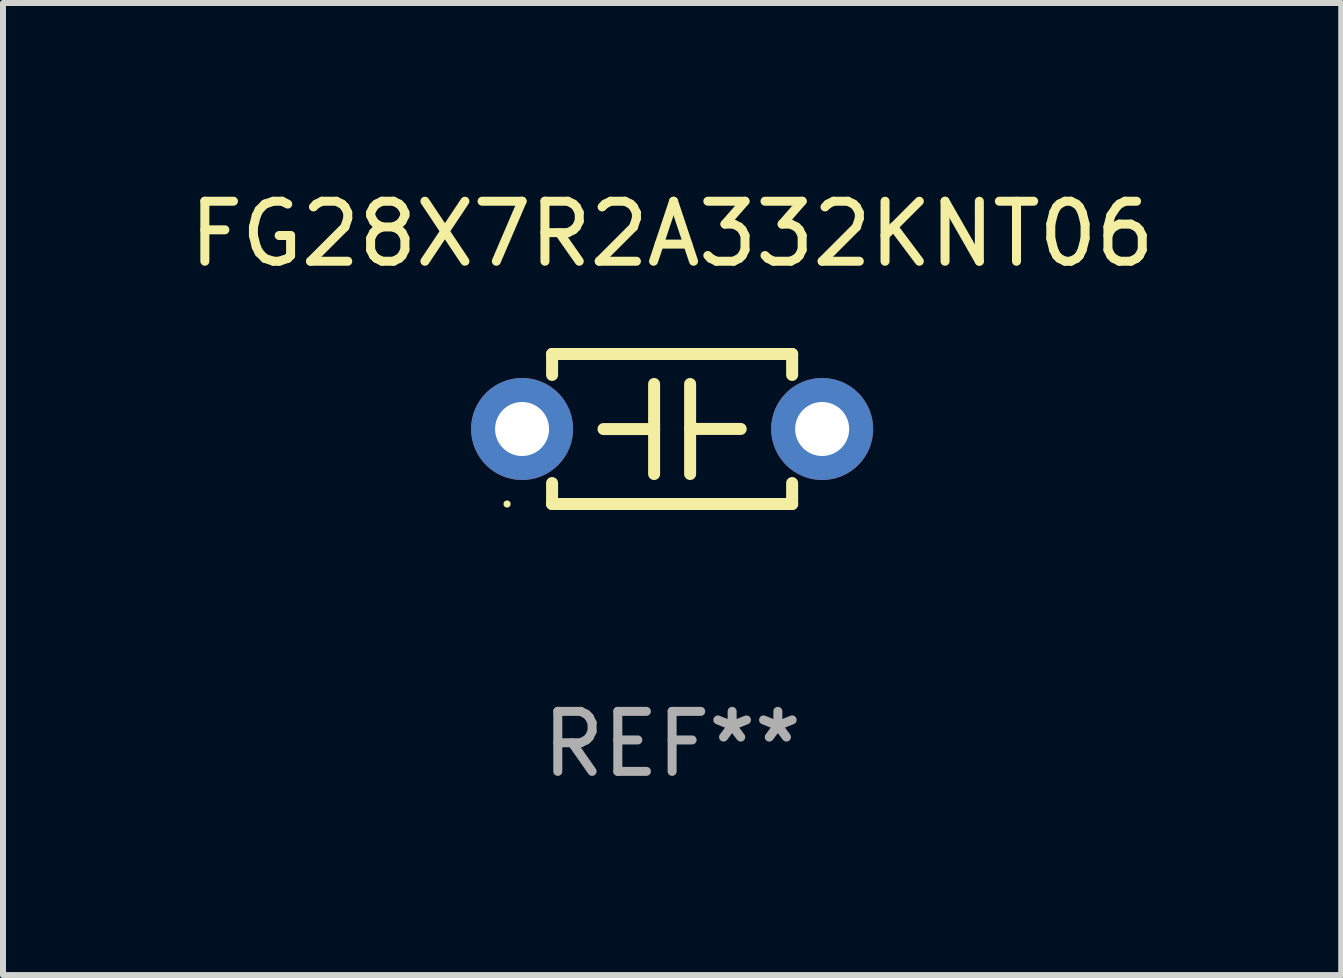
<source format=kicad_pcb>
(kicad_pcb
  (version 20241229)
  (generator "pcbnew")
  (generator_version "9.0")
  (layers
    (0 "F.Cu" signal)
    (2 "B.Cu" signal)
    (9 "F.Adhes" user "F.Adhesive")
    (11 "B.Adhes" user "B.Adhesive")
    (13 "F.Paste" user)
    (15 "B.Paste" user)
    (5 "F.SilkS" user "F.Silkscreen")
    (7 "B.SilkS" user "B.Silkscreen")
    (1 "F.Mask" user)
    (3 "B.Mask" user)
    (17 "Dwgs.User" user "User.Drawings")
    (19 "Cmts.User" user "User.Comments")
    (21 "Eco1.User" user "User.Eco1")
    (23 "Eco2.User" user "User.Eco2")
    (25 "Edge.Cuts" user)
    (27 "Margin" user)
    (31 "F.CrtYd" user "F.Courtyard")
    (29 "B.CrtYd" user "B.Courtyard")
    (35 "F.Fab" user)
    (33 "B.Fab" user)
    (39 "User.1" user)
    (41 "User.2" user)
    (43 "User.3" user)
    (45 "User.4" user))
  (footprint "FG28X7R2A332KNT06"
    (layer "F.Cu")
    (at 8.149 4.098)
    (property "Reference" "FG28X7R2A332KNT06" (at 0 -3.25 0) (layer "F.SilkS") (effects (font (size 1 1) (thickness 0.15))))
    (attr through_hole)
    (fp_line (start -2 -1.25) (end -2 -0.901) (stroke (width 0.2) (type solid)) (layer "F.SilkS"))
    (fp_line (start -2 -1.25) (end 2 -1.25) (stroke (width 0.2) (type solid)) (layer "F.SilkS"))
    (fp_line (start -2 0.901) (end -2 1.25) (stroke (width 0.2) (type solid)) (layer "F.SilkS"))
    (fp_line (start -0.3 -0.75) (end -0.3 0.75) (stroke (width 0.2) (type solid)) (layer "F.SilkS"))
    (fp_line (start -0.3 0.001) (end -1.143 0.001) (stroke (width 0.2) (type solid)) (layer "F.SilkS"))
    (fp_line (start 0.3 -0.001) (end 1.143 -0.001) (stroke (width 0.2) (type solid)) (layer "F.SilkS"))
    (fp_line (start 0.3 0.75) (end 0.3 -0.75) (stroke (width 0.2) (type solid)) (layer "F.SilkS"))
    (fp_line (start 2 -1.25) (end 2 -0.901) (stroke (width 0.2) (type solid)) (layer "F.SilkS"))
    (fp_line (start 2 0.901) (end 2 1.25) (stroke (width 0.2) (type solid)) (layer "F.SilkS"))
    (fp_line (start 2 1.25) (end -2 1.25) (stroke (width 0.2) (type solid)) (layer "F.SilkS"))
    (fp_circle (center -2.75 1.25) (end -2.72 1.25) (stroke (width 0.06) (type solid)) (fill no) (layer "F.SilkS"))
    (fp_text user "REF**" (at 0 5.25 0) (layer "F.Fab") (effects (font (size 1 1) (thickness 0.15))))
    (pad "1" thru_hole circle (at -2.5 0) (size 1.7 1.7) (drill 0.9) (layers "*.Cu" "*.Mask"))
    (pad "2" thru_hole circle (at 2.5 0) (size 1.7 1.7) (drill 0.9) (layers "*.Cu" "*.Mask")))
  (gr_rect
    (start -3 -3)
    (end 19.298 13.197)
    (stroke (width 0.1) (type default))
    (fill no)
    (layer "Edge.Cuts")))
</source>
